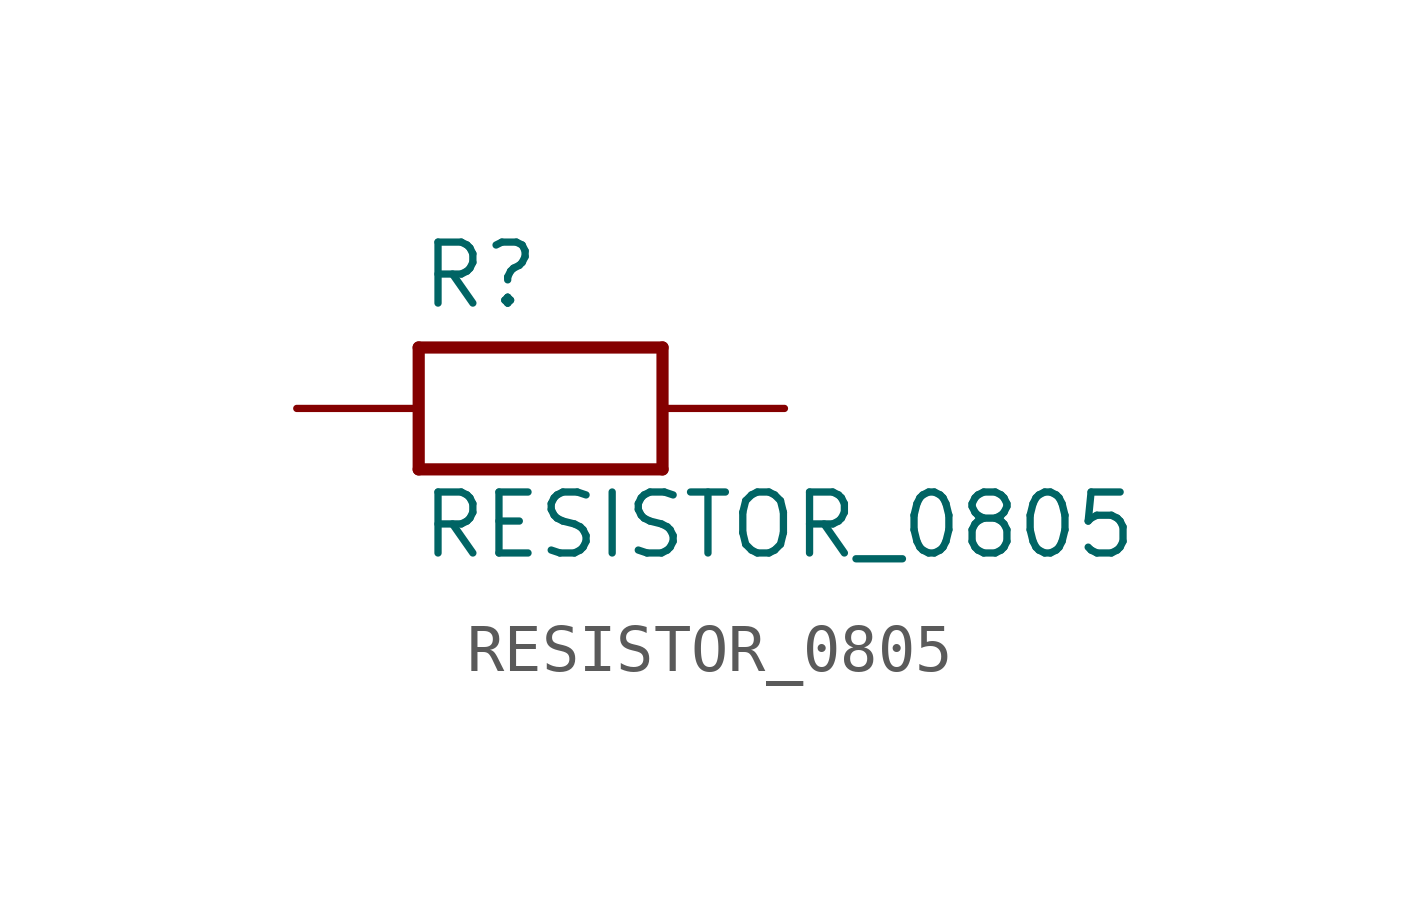
<source format=kicad_sym>
(kicad_symbol_lib
  (version 20211014)
  (generator kicad_symbol_editor)
  (symbol "RESISTOR_0805"
    (property "Reference" "R"
      (at -2.54 2.032 0)
      (effects (font (size 1.27 1.27)) (justify left bottom)))
    (property "Value" "RESISTOR_0805"
      (at -2.54 -3.175 0)
      (effects (font (size 1.27 1.27)) (justify left bottom)))
    (property "ki_locked" ""
      (at 0 0 0)
      (effects (font (size 1.27 1.27))))
    (symbol "RESISTOR_0805_1_0"
      (polyline (pts (xy -2.54 -1.27) (xy -2.54 1.27)) (stroke (width 0.254) (type default) (color 0 0 0 0)) (fill (type none)))
      (polyline (pts (xy -2.54 1.27) (xy 2.54 1.27)) (stroke (width 0.254) (type default) (color 0 0 0 0)) (fill (type none)))
      (polyline (pts (xy 2.54 -1.27) (xy -2.54 -1.27)) (stroke (width 0.254) (type default) (color 0 0 0 0)) (fill (type none)))
      (polyline (pts (xy 2.54 1.27) (xy 2.54 -1.27)) (stroke (width 0.254) (type default) (color 0 0 0 0)) (fill (type none)))
      (pin passive line (at -5.08 0 0) (length 2.54) (name "1" (effects (font (size 0 0)))) (number "1" (effects (font (size 0 0)))))
      (pin passive line (at 5.08 0 180) (length 2.54) (name "2" (effects (font (size 0 0)))) (number "2" (effects (font (size 0 0))))))))
</source>
